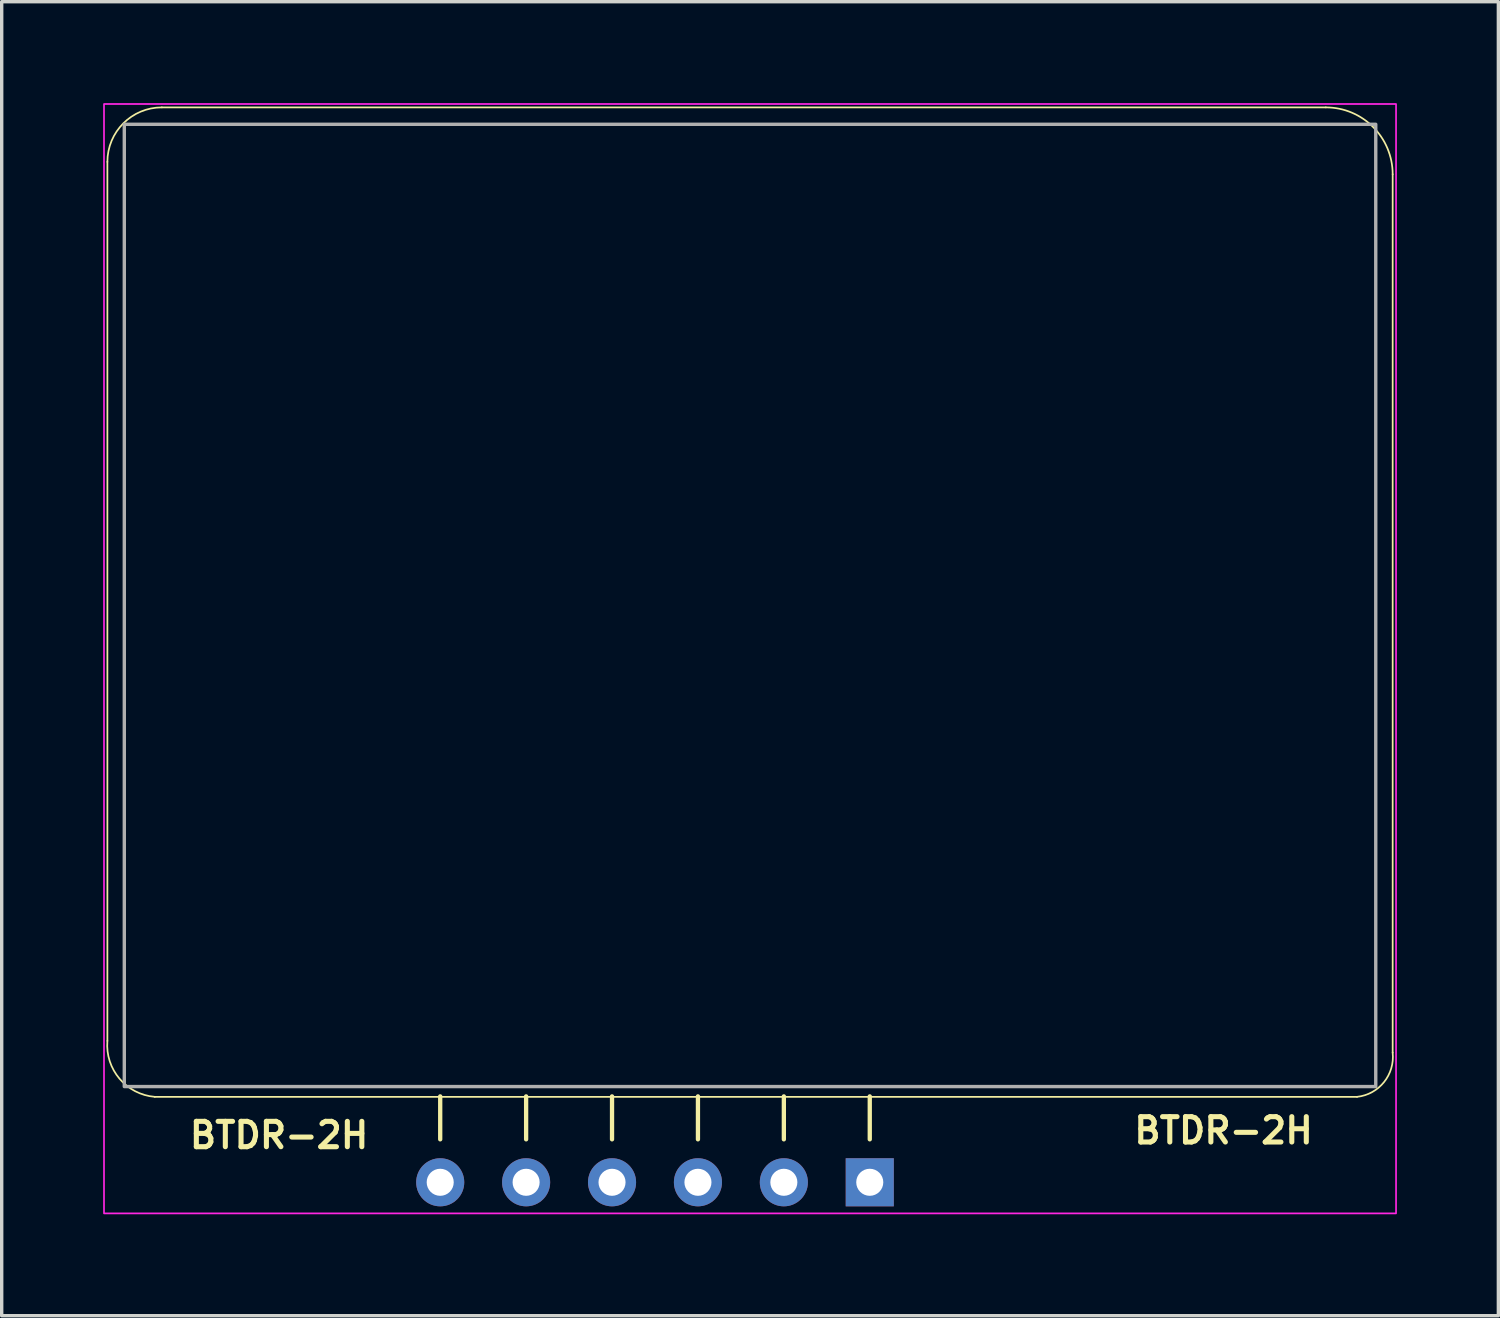
<source format=kicad_pcb>
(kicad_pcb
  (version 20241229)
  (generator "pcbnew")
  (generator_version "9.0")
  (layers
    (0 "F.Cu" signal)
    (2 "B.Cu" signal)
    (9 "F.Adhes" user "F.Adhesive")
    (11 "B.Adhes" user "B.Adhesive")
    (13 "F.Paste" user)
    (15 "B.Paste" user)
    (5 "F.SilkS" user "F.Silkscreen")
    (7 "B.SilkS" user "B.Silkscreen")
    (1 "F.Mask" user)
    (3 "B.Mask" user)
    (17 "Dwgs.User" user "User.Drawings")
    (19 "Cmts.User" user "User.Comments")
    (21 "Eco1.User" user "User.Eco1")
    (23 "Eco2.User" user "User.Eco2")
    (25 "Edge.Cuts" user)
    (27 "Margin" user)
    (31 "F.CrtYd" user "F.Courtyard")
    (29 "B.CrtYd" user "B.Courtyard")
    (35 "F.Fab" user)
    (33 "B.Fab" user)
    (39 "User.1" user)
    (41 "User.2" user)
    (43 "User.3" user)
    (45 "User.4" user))
  (footprint "BTDR-2H"
    (layer "F.Cu")
    (at 22.665 31.905)
    (property "Reference" "BTDR-2H" (at -14.74 -1.83 0) (layer "F.SilkS") (effects (font (size 0.75 0.75) (thickness 0.15)) (justify right top)))
    (property "Value" "BTDR-2H" (at 0 0 0) (layer "F.Fab") (hide yes) (effects (font (size 1.27 1.27) (thickness 0.15)) (justify right top)))
    (fp_line (start -22.54 -4.181) (end -22.54 -30.17) (stroke (width 0.051) (type solid)) (layer "F.SilkS"))
    (fp_line (start -20.93 -31.78) (end 13.483 -31.78) (stroke (width 0.051) (type solid)) (layer "F.SilkS"))
    (fp_line (start -12.7 -2.54) (end -12.7 -1.27) (stroke (width 0.127) (type solid)) (layer "F.SilkS"))
    (fp_line (start -10.16 -2.54) (end -10.16 -1.27) (stroke (width 0.127) (type solid)) (layer "F.SilkS"))
    (fp_line (start -7.62 -2.54) (end -7.62 -1.27) (stroke (width 0.127) (type solid)) (layer "F.SilkS"))
    (fp_line (start -5.08 -2.54) (end -5.08 -1.27) (stroke (width 0.127) (type solid)) (layer "F.SilkS"))
    (fp_line (start -2.54 -2.54) (end -2.54 -1.27) (stroke (width 0.127) (type solid)) (layer "F.SilkS"))
    (fp_line (start 0 -2.54) (end 0 -1.27) (stroke (width 0.127) (type solid)) (layer "F.SilkS"))
    (fp_line (start 14.407 -2.526) (end -21.139 -2.526) (stroke (width 0.051) (type solid)) (layer "F.SilkS"))
    (fp_line (start 15.46 -29.803) (end 15.46 -3.833) (stroke (width 0.051) (type solid)) (layer "F.SilkS"))
    (fp_arc (start -22.54 -30.169878) (mid -22.068406 -31.308406) (end -20.929878 -31.78) (stroke (width 0.0508) (type solid)) (layer "F.SilkS"))
    (fp_arc (start -21.138787 -2.526) (mid -22.1822 -3.063407) (end -22.54 -4.181215) (stroke (width 0.0508) (type solid)) (layer "F.SilkS"))
    (fp_arc (start 13.482603 -31.78) (mid 14.880834 -31.200832) (end 15.46 -29.802601) (stroke (width 0.0508) (type solid)) (layer "F.SilkS"))
    (fp_arc (start 15.46 -3.833232) (mid 15.204133 -2.961473) (end 14.406768 -2.526) (stroke (width 0.0508) (type solid)) (layer "F.SilkS"))
    (fp_rect (start -22.64 -31.88) (end 15.56 0.92) (stroke (width 0.05) (type solid)) (fill no) (layer "F.CrtYd"))
    (fp_rect (start -22.04 -31.28) (end 14.96 -2.83) (stroke (width 0.1) (type solid)) (fill no) (layer "F.Fab"))
    (fp_text user "${VALUE}" (at 10.46 -1.53 0) (layer "F.SilkS") (effects (font (size 0.75 0.75) (thickness 0.15))))
    (pad "1" thru_hole rect (at 0 0 270) (size 1.422 1.422) (drill 0.8) (layers "*.Cu" "*.Mask"))
    (pad "2" thru_hole circle (at -2.54 0 270) (size 1.422 1.422) (drill 0.8) (layers "*.Cu" "*.Mask"))
    (pad "3" thru_hole circle (at -5.08 0 270) (size 1.422 1.422) (drill 0.8) (layers "*.Cu" "*.Mask"))
    (pad "4" thru_hole circle (at -7.62 0 270) (size 1.422 1.422) (drill 0.8) (layers "*.Cu" "*.Mask"))
    (pad "5" thru_hole circle (at -10.16 0 270) (size 1.422 1.422) (drill 0.8) (layers "*.Cu" "*.Mask"))
    (pad "6" thru_hole circle (at -12.7 0 270) (size 1.422 1.422) (drill 0.8) (layers "*.Cu" "*.Mask")))
  (gr_rect
    (start -3 -3)
    (end 41.25 35.85)
    (stroke (width 0.1) (type default))
    (fill no)
    (layer "Edge.Cuts")))
</source>
